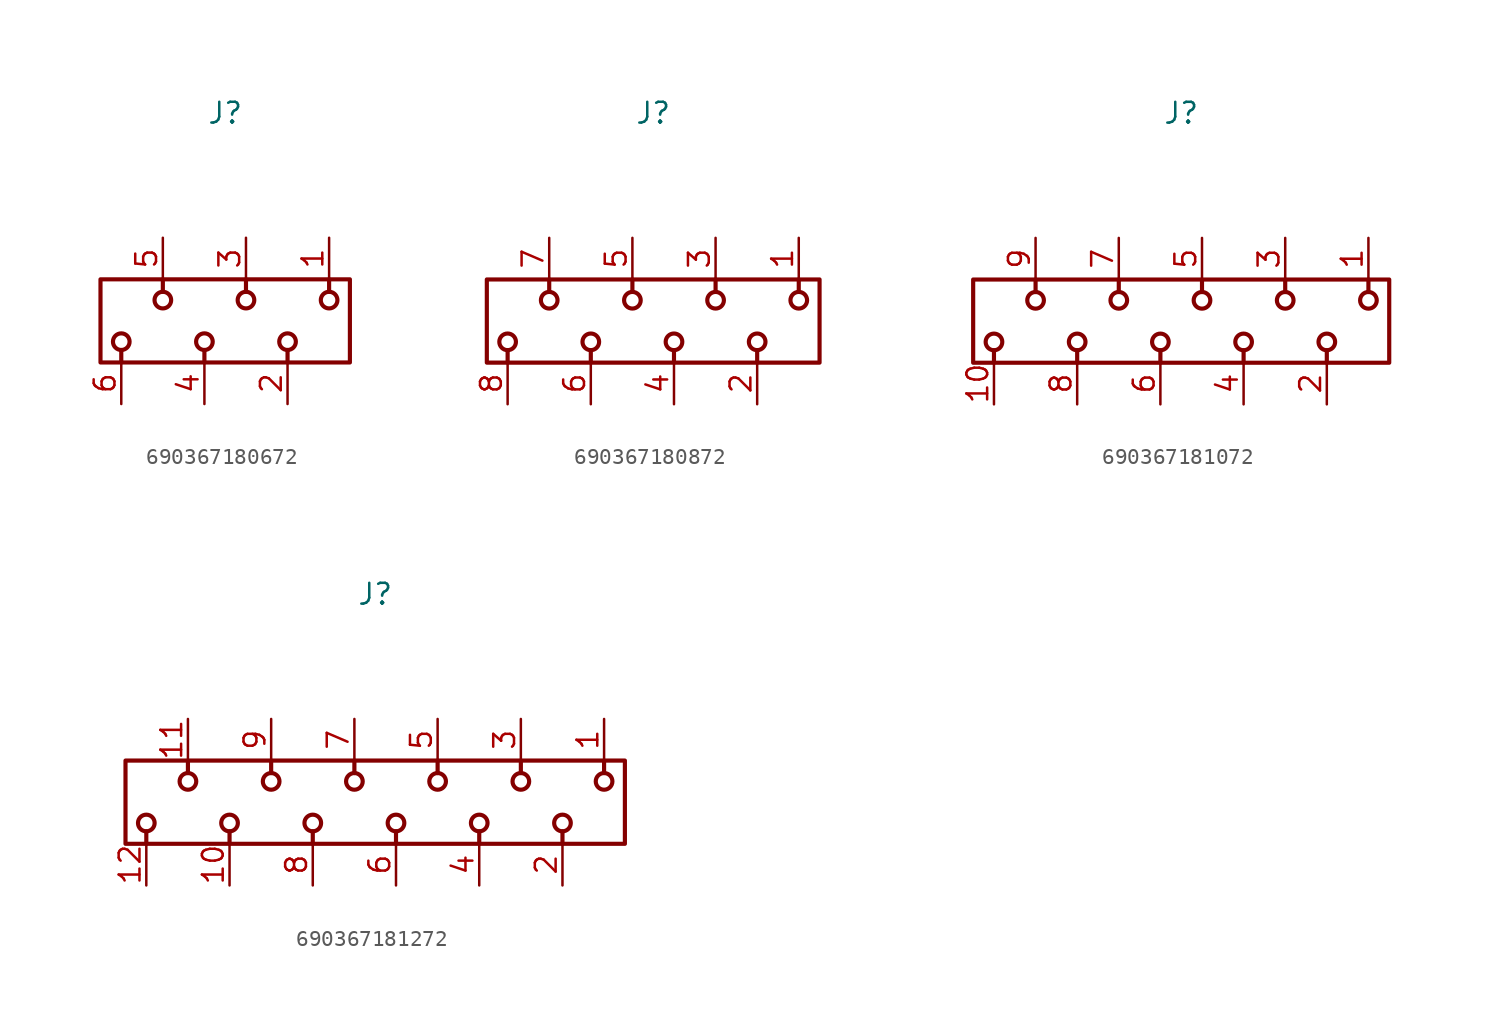
<source format=kicad_sym>
(kicad_symbol_lib
  (version 20241209)
  (generator "kicad_symbol_editor")
  (generator_version "9.0")
  (symbol "690367180672"
    (pin_names
      (hide yes))
    (property "Reference" "J"
      (at 0 12.7 0)
      (effects (font (size 1.27 1.27))))
    (symbol "690367180672_1_1"
      (rectangle (start -7.62 2.54) (end 7.62 -2.54) (stroke (width 0.254) (type solid)) (fill (type none)))
      (circle (center -6.35 -1.27) (radius 0.508) (stroke (width 0.254) (type solid)) (fill (type none)))
      (polyline (pts (xy -6.35 -1.778) (xy -6.35 -2.54)) (stroke (width 0.254) (type solid)) (fill (type none)))
      (polyline (pts (xy -3.81 1.778) (xy -3.81 2.54)) (stroke (width 0.254) (type solid)) (fill (type none)))
      (circle (center -3.81 1.27) (radius 0.508) (stroke (width 0.254) (type solid)) (fill (type none)))
      (circle (center -1.27 -1.27) (radius 0.508) (stroke (width 0.254) (type solid)) (fill (type none)))
      (polyline (pts (xy -1.27 -1.778) (xy -1.27 -2.54)) (stroke (width 0.254) (type solid)) (fill (type none)))
      (polyline (pts (xy 1.27 1.778) (xy 1.27 2.54)) (stroke (width 0.254) (type solid)) (fill (type none)))
      (circle (center 1.27 1.27) (radius 0.508) (stroke (width 0.254) (type solid)) (fill (type none)))
      (circle (center 3.81 -1.27) (radius 0.508) (stroke (width 0.254) (type solid)) (fill (type none)))
      (polyline (pts (xy 3.81 -1.778) (xy 3.81 -2.54)) (stroke (width 0.254) (type solid)) (fill (type none)))
      (polyline (pts (xy 6.35 1.778) (xy 6.35 2.54)) (stroke (width 0.254) (type solid)) (fill (type none)))
      (circle (center 6.35 1.27) (radius 0.508) (stroke (width 0.254) (type solid)) (fill (type none)))
      (pin passive line (at -6.35 -5.08 90) (length 2.54) (name "6" (effects (font (size 1.27 1.27)))) (number "6" (effects (font (size 1.27 1.27)))))
      (pin passive line (at -3.81 5.08 270) (length 2.54) (name "5" (effects (font (size 1.27 1.27)))) (number "5" (effects (font (size 1.27 1.27)))))
      (pin passive line (at -1.27 -5.08 90) (length 2.54) (name "4" (effects (font (size 1.27 1.27)))) (number "4" (effects (font (size 1.27 1.27)))))
      (pin passive line (at 1.27 5.08 270) (length 2.54) (name "3" (effects (font (size 1.27 1.27)))) (number "3" (effects (font (size 1.27 1.27)))))
      (pin passive line (at 3.81 -5.08 90) (length 2.54) (name "2" (effects (font (size 1.27 1.27)))) (number "2" (effects (font (size 1.27 1.27)))))
      (pin passive line (at 6.35 5.08 270) (length 2.54) (name "1" (effects (font (size 1.27 1.27)))) (number "1" (effects (font (size 1.27 1.27)))))))
  (symbol "690367180872"
    (pin_names
      (hide yes))
    (property "Reference" "J"
      (at 0 12.7 0)
      (effects (font (size 1.27 1.27))))
    (symbol "690367180872_1_1"
      (rectangle (start -10.16 2.54) (end 10.16 -2.54) (stroke (width 0.254) (type solid)) (fill (type none)))
      (circle (center -8.89 -1.27) (radius 0.508) (stroke (width 0.254) (type solid)) (fill (type none)))
      (polyline (pts (xy -8.89 -1.778) (xy -8.89 -2.54)) (stroke (width 0.254) (type solid)) (fill (type none)))
      (polyline (pts (xy -6.35 1.778) (xy -6.35 2.54)) (stroke (width 0.254) (type solid)) (fill (type none)))
      (circle (center -6.35 1.27) (radius 0.508) (stroke (width 0.254) (type solid)) (fill (type none)))
      (circle (center -3.81 -1.27) (radius 0.508) (stroke (width 0.254) (type solid)) (fill (type none)))
      (polyline (pts (xy -3.81 -1.778) (xy -3.81 -2.54)) (stroke (width 0.254) (type solid)) (fill (type none)))
      (polyline (pts (xy -1.27 1.778) (xy -1.27 2.54)) (stroke (width 0.254) (type solid)) (fill (type none)))
      (circle (center -1.27 1.27) (radius 0.508) (stroke (width 0.254) (type solid)) (fill (type none)))
      (circle (center 1.27 -1.27) (radius 0.508) (stroke (width 0.254) (type solid)) (fill (type none)))
      (polyline (pts (xy 1.27 -1.778) (xy 1.27 -2.54)) (stroke (width 0.254) (type solid)) (fill (type none)))
      (polyline (pts (xy 3.81 1.778) (xy 3.81 2.54)) (stroke (width 0.254) (type solid)) (fill (type none)))
      (circle (center 3.81 1.27) (radius 0.508) (stroke (width 0.254) (type solid)) (fill (type none)))
      (circle (center 6.35 -1.27) (radius 0.508) (stroke (width 0.254) (type solid)) (fill (type none)))
      (polyline (pts (xy 6.35 -1.778) (xy 6.35 -2.54)) (stroke (width 0.254) (type solid)) (fill (type none)))
      (polyline (pts (xy 8.89 1.778) (xy 8.89 2.54)) (stroke (width 0.254) (type solid)) (fill (type none)))
      (circle (center 8.89 1.27) (radius 0.508) (stroke (width 0.254) (type solid)) (fill (type none)))
      (pin passive line (at -8.89 -5.08 90) (length 2.54) (name "8" (effects (font (size 1.27 1.27)))) (number "8" (effects (font (size 1.27 1.27)))))
      (pin passive line (at -6.35 5.08 270) (length 2.54) (name "7" (effects (font (size 1.27 1.27)))) (number "7" (effects (font (size 1.27 1.27)))))
      (pin passive line (at -3.81 -5.08 90) (length 2.54) (name "6" (effects (font (size 1.27 1.27)))) (number "6" (effects (font (size 1.27 1.27)))))
      (pin passive line (at -1.27 5.08 270) (length 2.54) (name "5" (effects (font (size 1.27 1.27)))) (number "5" (effects (font (size 1.27 1.27)))))
      (pin passive line (at 1.27 -5.08 90) (length 2.54) (name "4" (effects (font (size 1.27 1.27)))) (number "4" (effects (font (size 1.27 1.27)))))
      (pin passive line (at 3.81 5.08 270) (length 2.54) (name "3" (effects (font (size 1.27 1.27)))) (number "3" (effects (font (size 1.27 1.27)))))
      (pin passive line (at 6.35 -5.08 90) (length 2.54) (name "2" (effects (font (size 1.27 1.27)))) (number "2" (effects (font (size 1.27 1.27)))))
      (pin passive line (at 8.89 5.08 270) (length 2.54) (name "1" (effects (font (size 1.27 1.27)))) (number "1" (effects (font (size 1.27 1.27)))))))
  (symbol "690367181072"
    (pin_names
      (hide yes))
    (property "Reference" "J"
      (at 0 12.7 0)
      (effects (font (size 1.27 1.27))))
    (symbol "690367181072_1_1"
      (rectangle (start -12.7 2.54) (end 12.7 -2.54) (stroke (width 0.254) (type solid)) (fill (type none)))
      (circle (center -11.43 -1.27) (radius 0.508) (stroke (width 0.254) (type solid)) (fill (type none)))
      (polyline (pts (xy -11.43 -1.778) (xy -11.43 -2.54)) (stroke (width 0.254) (type solid)) (fill (type none)))
      (polyline (pts (xy -8.89 1.778) (xy -8.89 2.54)) (stroke (width 0.254) (type solid)) (fill (type none)))
      (circle (center -8.89 1.27) (radius 0.508) (stroke (width 0.254) (type solid)) (fill (type none)))
      (circle (center -6.35 -1.27) (radius 0.508) (stroke (width 0.254) (type solid)) (fill (type none)))
      (polyline (pts (xy -6.35 -1.778) (xy -6.35 -2.54)) (stroke (width 0.254) (type solid)) (fill (type none)))
      (polyline (pts (xy -3.81 1.778) (xy -3.81 2.54)) (stroke (width 0.254) (type solid)) (fill (type none)))
      (circle (center -3.81 1.27) (radius 0.508) (stroke (width 0.254) (type solid)) (fill (type none)))
      (circle (center -1.27 -1.27) (radius 0.508) (stroke (width 0.254) (type solid)) (fill (type none)))
      (polyline (pts (xy -1.27 -1.778) (xy -1.27 -2.54)) (stroke (width 0.254) (type solid)) (fill (type none)))
      (polyline (pts (xy 1.27 1.778) (xy 1.27 2.54)) (stroke (width 0.254) (type solid)) (fill (type none)))
      (circle (center 1.27 1.27) (radius 0.508) (stroke (width 0.254) (type solid)) (fill (type none)))
      (circle (center 3.81 -1.27) (radius 0.508) (stroke (width 0.254) (type solid)) (fill (type none)))
      (polyline (pts (xy 3.81 -1.778) (xy 3.81 -2.54)) (stroke (width 0.254) (type solid)) (fill (type none)))
      (polyline (pts (xy 6.35 1.778) (xy 6.35 2.54)) (stroke (width 0.254) (type solid)) (fill (type none)))
      (circle (center 6.35 1.27) (radius 0.508) (stroke (width 0.254) (type solid)) (fill (type none)))
      (circle (center 8.89 -1.27) (radius 0.508) (stroke (width 0.254) (type solid)) (fill (type none)))
      (polyline (pts (xy 8.89 -1.778) (xy 8.89 -2.54)) (stroke (width 0.254) (type solid)) (fill (type none)))
      (polyline (pts (xy 11.43 1.778) (xy 11.43 2.54)) (stroke (width 0.254) (type solid)) (fill (type none)))
      (circle (center 11.43 1.27) (radius 0.508) (stroke (width 0.254) (type solid)) (fill (type none)))
      (pin passive line (at -11.43 -5.08 90) (length 2.54) (name "10" (effects (font (size 1.27 1.27)))) (number "10" (effects (font (size 1.27 1.27)))))
      (pin passive line (at -8.89 5.08 270) (length 2.54) (name "9" (effects (font (size 1.27 1.27)))) (number "9" (effects (font (size 1.27 1.27)))))
      (pin passive line (at -6.35 -5.08 90) (length 2.54) (name "8" (effects (font (size 1.27 1.27)))) (number "8" (effects (font (size 1.27 1.27)))))
      (pin passive line (at -3.81 5.08 270) (length 2.54) (name "7" (effects (font (size 1.27 1.27)))) (number "7" (effects (font (size 1.27 1.27)))))
      (pin passive line (at -1.27 -5.08 90) (length 2.54) (name "6" (effects (font (size 1.27 1.27)))) (number "6" (effects (font (size 1.27 1.27)))))
      (pin passive line (at 1.27 5.08 270) (length 2.54) (name "5" (effects (font (size 1.27 1.27)))) (number "5" (effects (font (size 1.27 1.27)))))
      (pin passive line (at 3.81 -5.08 90) (length 2.54) (name "4" (effects (font (size 1.27 1.27)))) (number "4" (effects (font (size 1.27 1.27)))))
      (pin passive line (at 6.35 5.08 270) (length 2.54) (name "3" (effects (font (size 1.27 1.27)))) (number "3" (effects (font (size 1.27 1.27)))))
      (pin passive line (at 8.89 -5.08 90) (length 2.54) (name "2" (effects (font (size 1.27 1.27)))) (number "2" (effects (font (size 1.27 1.27)))))
      (pin passive line (at 11.43 5.08 270) (length 2.54) (name "1" (effects (font (size 1.27 1.27)))) (number "1" (effects (font (size 1.27 1.27)))))))
  (symbol "690367181272"
    (pin_names
      (hide yes))
    (property "Reference" "J"
      (at 0 12.7 0)
      (effects (font (size 1.27 1.27))))
    (symbol "690367181272_1_1"
      (rectangle (start -15.24 2.54) (end 15.24 -2.54) (stroke (width 0.254) (type solid)) (fill (type none)))
      (circle (center -13.97 -1.27) (radius 0.508) (stroke (width 0.254) (type solid)) (fill (type none)))
      (polyline (pts (xy -13.97 -1.778) (xy -13.97 -2.54)) (stroke (width 0.254) (type solid)) (fill (type none)))
      (polyline (pts (xy -11.43 1.778) (xy -11.43 2.54)) (stroke (width 0.254) (type solid)) (fill (type none)))
      (circle (center -11.43 1.27) (radius 0.508) (stroke (width 0.254) (type solid)) (fill (type none)))
      (circle (center -8.89 -1.27) (radius 0.508) (stroke (width 0.254) (type solid)) (fill (type none)))
      (polyline (pts (xy -8.89 -1.778) (xy -8.89 -2.54)) (stroke (width 0.254) (type solid)) (fill (type none)))
      (polyline (pts (xy -6.35 1.778) (xy -6.35 2.54)) (stroke (width 0.254) (type solid)) (fill (type none)))
      (circle (center -6.35 1.27) (radius 0.508) (stroke (width 0.254) (type solid)) (fill (type none)))
      (circle (center -3.81 -1.27) (radius 0.508) (stroke (width 0.254) (type solid)) (fill (type none)))
      (polyline (pts (xy -3.81 -1.778) (xy -3.81 -2.54)) (stroke (width 0.254) (type solid)) (fill (type none)))
      (polyline (pts (xy -1.27 1.778) (xy -1.27 2.54)) (stroke (width 0.254) (type solid)) (fill (type none)))
      (circle (center -1.27 1.27) (radius 0.508) (stroke (width 0.254) (type solid)) (fill (type none)))
      (circle (center 1.27 -1.27) (radius 0.508) (stroke (width 0.254) (type solid)) (fill (type none)))
      (polyline (pts (xy 1.27 -1.778) (xy 1.27 -2.54)) (stroke (width 0.254) (type solid)) (fill (type none)))
      (polyline (pts (xy 3.81 1.778) (xy 3.81 2.54)) (stroke (width 0.254) (type solid)) (fill (type none)))
      (circle (center 3.81 1.27) (radius 0.508) (stroke (width 0.254) (type solid)) (fill (type none)))
      (circle (center 6.35 -1.27) (radius 0.508) (stroke (width 0.254) (type solid)) (fill (type none)))
      (polyline (pts (xy 6.35 -1.778) (xy 6.35 -2.54)) (stroke (width 0.254) (type solid)) (fill (type none)))
      (polyline (pts (xy 8.89 1.778) (xy 8.89 2.54)) (stroke (width 0.254) (type solid)) (fill (type none)))
      (circle (center 8.89 1.27) (radius 0.508) (stroke (width 0.254) (type solid)) (fill (type none)))
      (circle (center 11.43 -1.27) (radius 0.508) (stroke (width 0.254) (type solid)) (fill (type none)))
      (polyline (pts (xy 11.43 -1.778) (xy 11.43 -2.54)) (stroke (width 0.254) (type solid)) (fill (type none)))
      (polyline (pts (xy 13.97 1.778) (xy 13.97 2.54)) (stroke (width 0.254) (type solid)) (fill (type none)))
      (circle (center 13.97 1.27) (radius 0.508) (stroke (width 0.254) (type solid)) (fill (type none)))
      (pin passive line (at -13.97 -5.08 90) (length 2.54) (name "12" (effects (font (size 1.27 1.27)))) (number "12" (effects (font (size 1.27 1.27)))))
      (pin passive line (at -11.43 5.08 270) (length 2.54) (name "11" (effects (font (size 1.27 1.27)))) (number "11" (effects (font (size 1.27 1.27)))))
      (pin passive line (at -8.89 -5.08 90) (length 2.54) (name "10" (effects (font (size 1.27 1.27)))) (number "10" (effects (font (size 1.27 1.27)))))
      (pin passive line (at -6.35 5.08 270) (length 2.54) (name "9" (effects (font (size 1.27 1.27)))) (number "9" (effects (font (size 1.27 1.27)))))
      (pin passive line (at -3.81 -5.08 90) (length 2.54) (name "8" (effects (font (size 1.27 1.27)))) (number "8" (effects (font (size 1.27 1.27)))))
      (pin passive line (at -1.27 5.08 270) (length 2.54) (name "7" (effects (font (size 1.27 1.27)))) (number "7" (effects (font (size 1.27 1.27)))))
      (pin passive line (at 1.27 -5.08 90) (length 2.54) (name "6" (effects (font (size 1.27 1.27)))) (number "6" (effects (font (size 1.27 1.27)))))
      (pin passive line (at 3.81 5.08 270) (length 2.54) (name "5" (effects (font (size 1.27 1.27)))) (number "5" (effects (font (size 1.27 1.27)))))
      (pin passive line (at 6.35 -5.08 90) (length 2.54) (name "4" (effects (font (size 1.27 1.27)))) (number "4" (effects (font (size 1.27 1.27)))))
      (pin passive line (at 8.89 5.08 270) (length 2.54) (name "3" (effects (font (size 1.27 1.27)))) (number "3" (effects (font (size 1.27 1.27)))))
      (pin passive line (at 11.43 -5.08 90) (length 2.54) (name "2" (effects (font (size 1.27 1.27)))) (number "2" (effects (font (size 1.27 1.27)))))
      (pin passive line (at 13.97 5.08 270) (length 2.54) (name "1" (effects (font (size 1.27 1.27)))) (number "1" (effects (font (size 1.27 1.27))))))))
</source>
